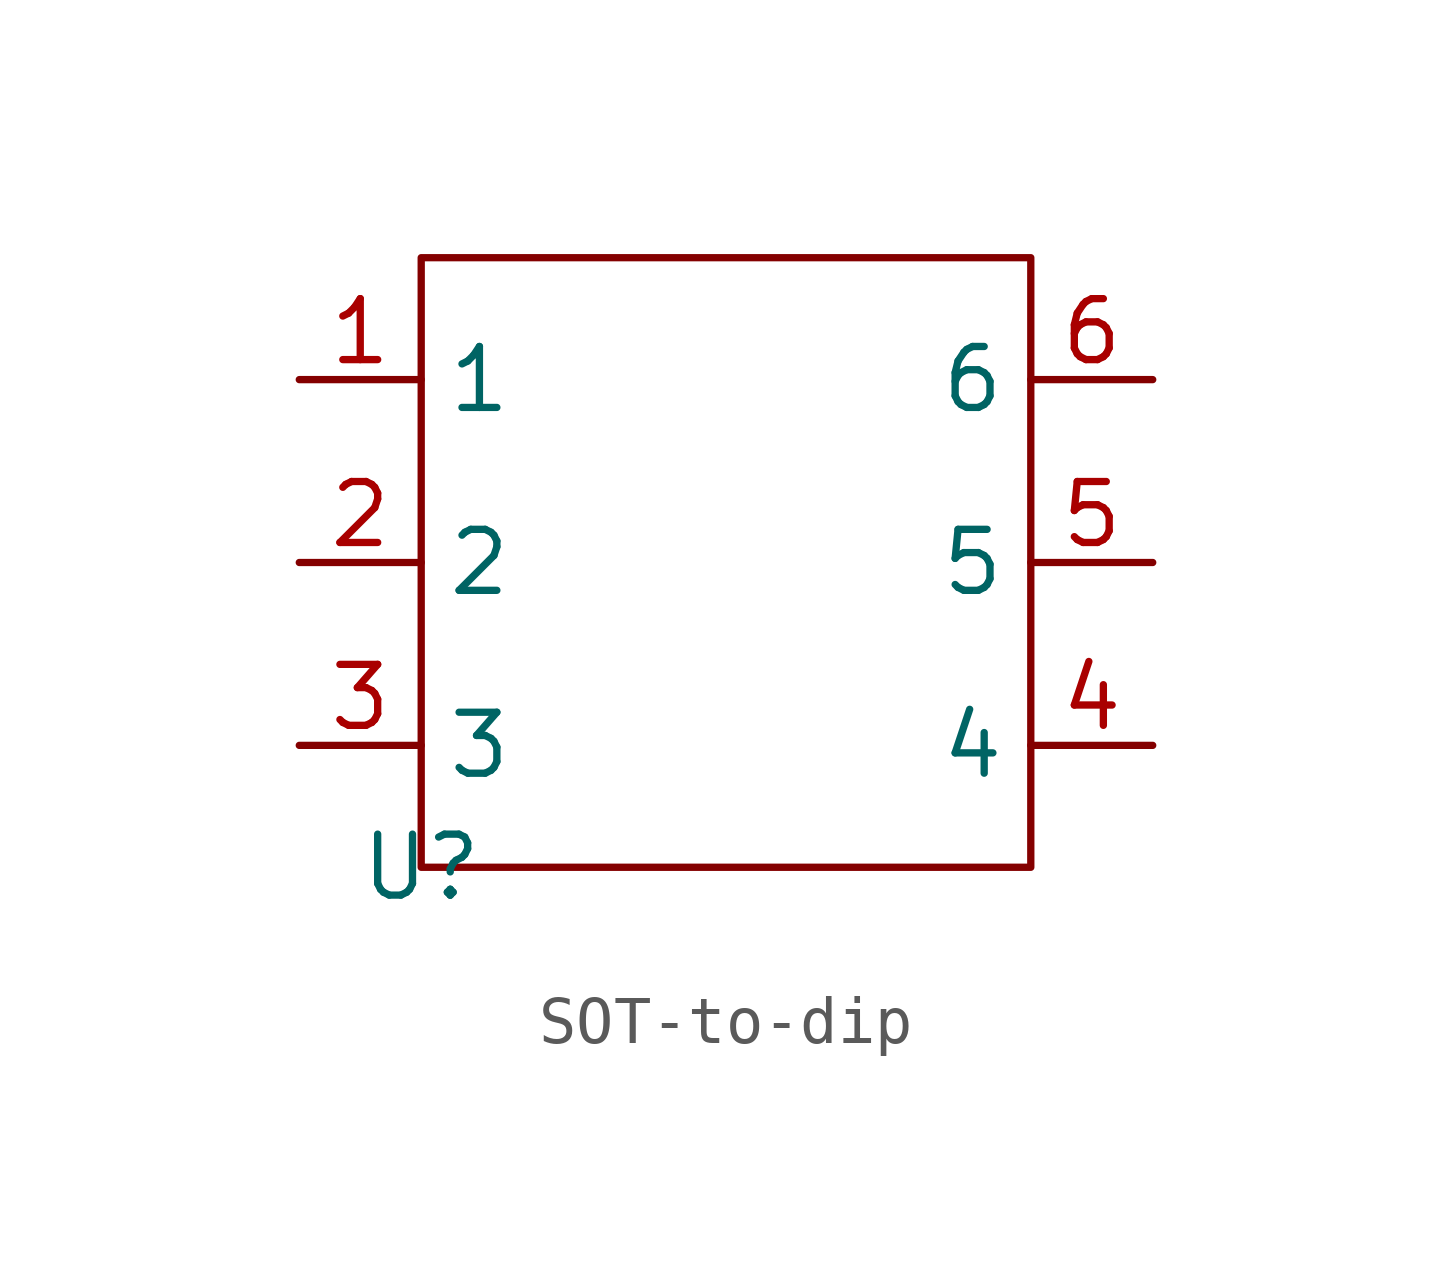
<source format=kicad_sym>
(kicad_symbol_lib
  (version 20241209)
  (generator "kicad_symbol_editor")
  (generator_version "9.0")
  (symbol "SOT-to-dip"
    (property "Reference" "U"
      (at 0 0 0)
      (effects (font (size 1.27 1.27))))
    (property "Value" ""
      (at 0 0 0)
      (effects (font (size 1.27 1.27))))
    (symbol "SOT-to-dip_0_1"
      (rectangle (start 0 12.7) (end 12.7 0) (stroke (width 0) (type default)) (fill (type none))))
    (symbol "SOT-to-dip_1_1"
      (pin bidirectional line (at -2.54 10.16 0) (length 2.54) (name "1" (effects (font (size 1.27 1.27)))) (number "1" (effects (font (size 1.27 1.27)))))
      (pin bidirectional line (at -2.54 6.35 0) (length 2.54) (name "2" (effects (font (size 1.27 1.27)))) (number "2" (effects (font (size 1.27 1.27)))))
      (pin bidirectional line (at -2.54 2.54 0) (length 2.54) (name "3" (effects (font (size 1.27 1.27)))) (number "3" (effects (font (size 1.27 1.27)))))
      (pin bidirectional line (at 15.24 10.16 180) (length 2.54) (name "6" (effects (font (size 1.27 1.27)))) (number "6" (effects (font (size 1.27 1.27)))))
      (pin bidirectional line (at 15.24 6.35 180) (length 2.54) (name "5" (effects (font (size 1.27 1.27)))) (number "5" (effects (font (size 1.27 1.27)))))
      (pin bidirectional line (at 15.24 2.54 180) (length 2.54) (name "4" (effects (font (size 1.27 1.27)))) (number "4" (effects (font (size 1.27 1.27))))))))
</source>
